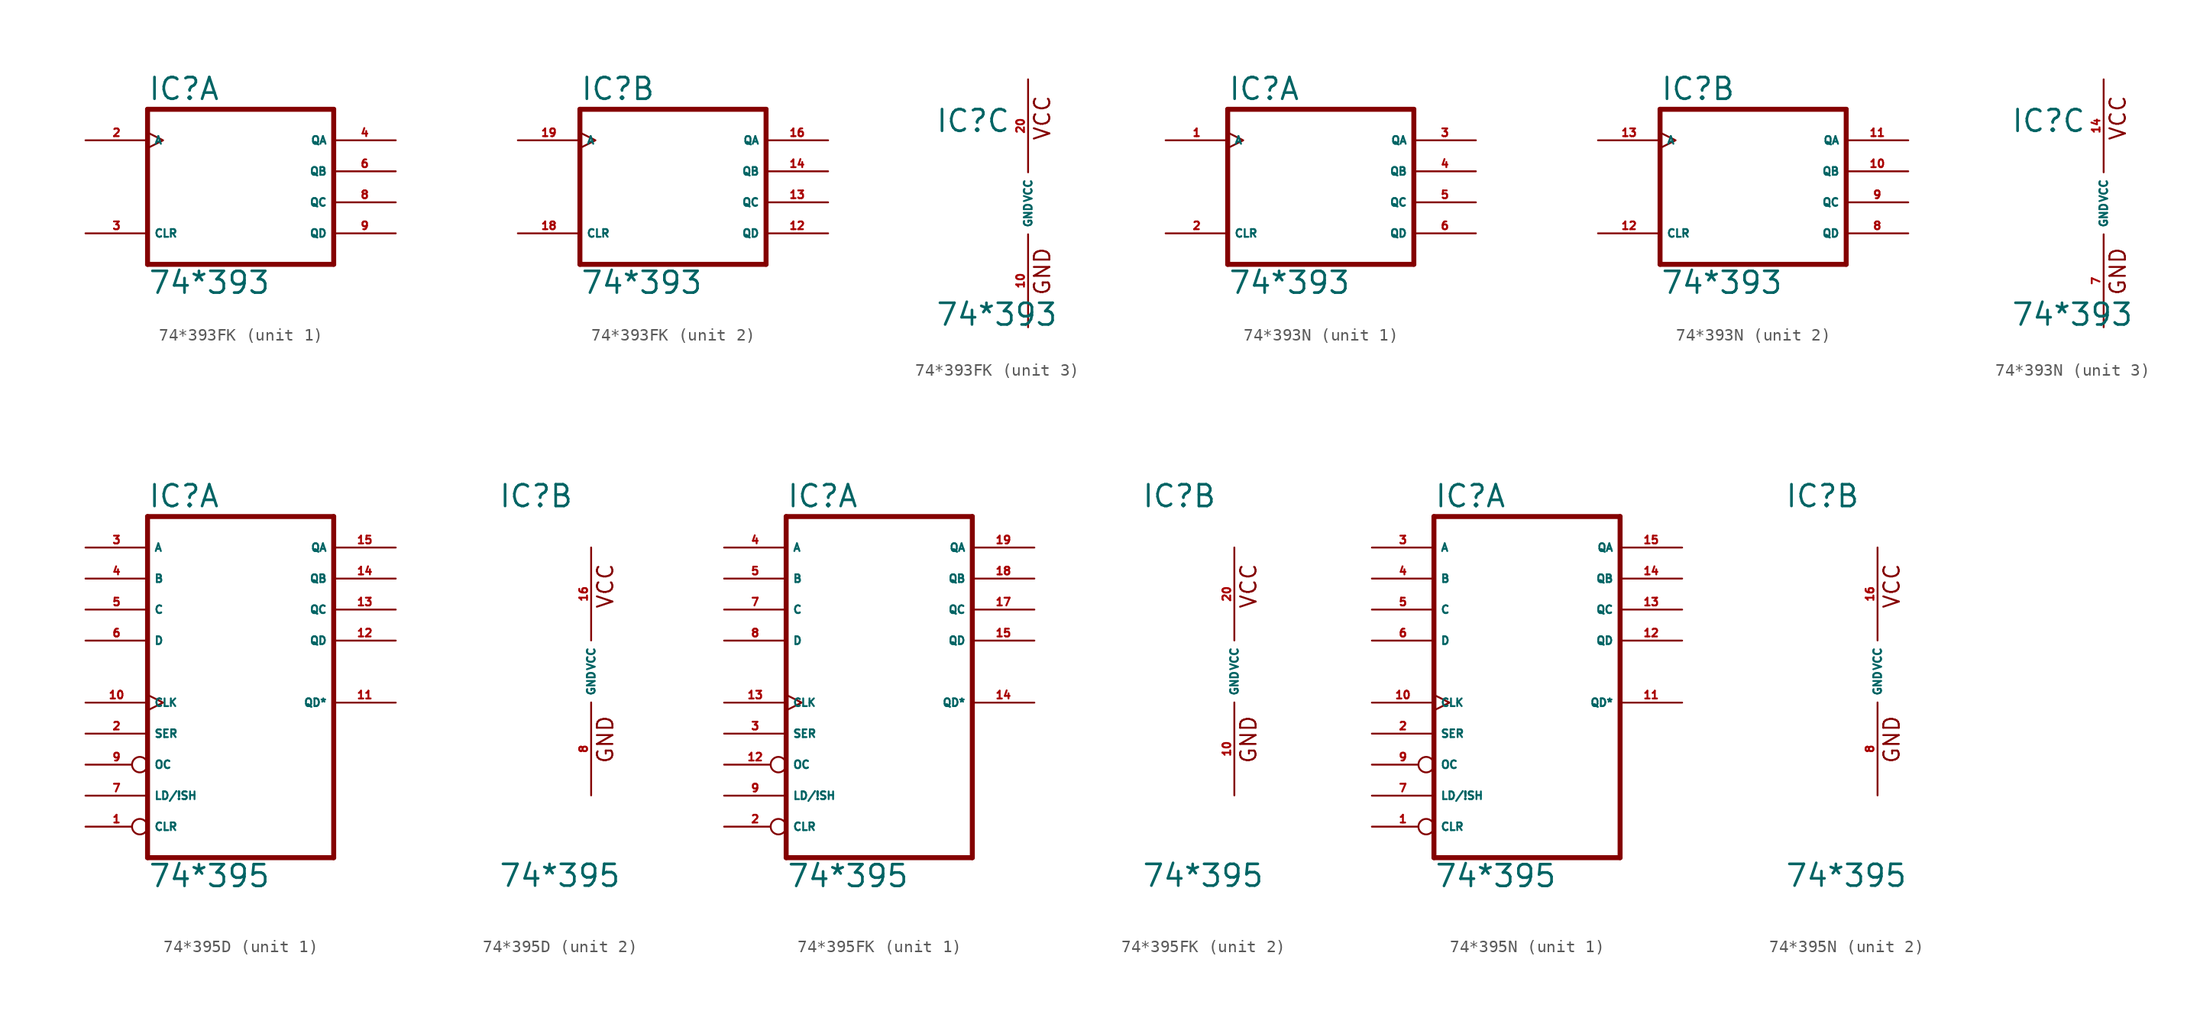
<source format=kicad_sym>
(kicad_symbol_lib
  (version 20220914)
  (generator Eagle2Kicad)
  (symbol "74*393FK"
    (property "Reference" "IC"
      (at -7.62 5.715 0)
      (effects (font (size 1.778 1.778) (thickness 0.22)) (justify left bottom)))
    (property "Value" "74*393"
      (at -7.62 -10.16 0)
      (effects (font (size 1.778 1.778) (thickness 0.22)) (justify left bottom)))
    (symbol "74*393FK_1_0"
      (polyline (pts (xy -7.62 -7.62) (xy 7.62 -7.62)) (stroke (width 0.406) (type default)) (fill (type none)))
      (polyline (pts (xy 7.62 -7.62) (xy 7.62 5.08)) (stroke (width 0.406) (type default)) (fill (type none)))
      (polyline (pts (xy 7.62 5.08) (xy -7.62 5.08)) (stroke (width 0.406) (type default)) (fill (type none)))
      (polyline (pts (xy -7.62 5.08) (xy -7.62 -7.62)) (stroke (width 0.406) (type default)) (fill (type none)))
      (pin input clock (at -12.7 2.54 0) (length 5.08) (name "A" (effects (font (size 0.635 0.635) (thickness 0.08)) (justify left bottom))) (number "2" (effects (font (size 0.635 0.635) (thickness 0.08)) (justify left bottom))))
      (pin input line (at -12.7 -5.08 0) (length 5.08) (name "CLR" (effects (font (size 0.635 0.635) (thickness 0.08)) (justify left bottom))) (number "3" (effects (font (size 0.635 0.635) (thickness 0.08)) (justify left bottom))))
      (pin output line (at 12.7 2.54 180) (length 5.08) (name "QA" (effects (font (size 0.635 0.635) (thickness 0.08)) (justify left bottom))) (number "4" (effects (font (size 0.635 0.635) (thickness 0.08)) (justify left bottom))))
      (pin output line (at 12.7 0 180) (length 5.08) (name "QB" (effects (font (size 0.635 0.635) (thickness 0.08)) (justify left bottom))) (number "6" (effects (font (size 0.635 0.635) (thickness 0.08)) (justify left bottom))))
      (pin output line (at 12.7 -2.54 180) (length 5.08) (name "QC" (effects (font (size 0.635 0.635) (thickness 0.08)) (justify left bottom))) (number "8" (effects (font (size 0.635 0.635) (thickness 0.08)) (justify left bottom))))
      (pin output line (at 12.7 -5.08 180) (length 5.08) (name "QD" (effects (font (size 0.635 0.635) (thickness 0.08)) (justify left bottom))) (number "9" (effects (font (size 0.635 0.635) (thickness 0.08)) (justify left bottom)))))
    (symbol "74*393FK_2_0"
      (polyline (pts (xy -7.62 -7.62) (xy 7.62 -7.62)) (stroke (width 0.406) (type default)) (fill (type none)))
      (polyline (pts (xy 7.62 -7.62) (xy 7.62 5.08)) (stroke (width 0.406) (type default)) (fill (type none)))
      (polyline (pts (xy 7.62 5.08) (xy -7.62 5.08)) (stroke (width 0.406) (type default)) (fill (type none)))
      (polyline (pts (xy -7.62 5.08) (xy -7.62 -7.62)) (stroke (width 0.406) (type default)) (fill (type none)))
      (pin input clock (at -12.7 2.54 0) (length 5.08) (name "A" (effects (font (size 0.635 0.635) (thickness 0.08)) (justify left bottom))) (number "19" (effects (font (size 0.635 0.635) (thickness 0.08)) (justify left bottom))))
      (pin input line (at -12.7 -5.08 0) (length 5.08) (name "CLR" (effects (font (size 0.635 0.635) (thickness 0.08)) (justify left bottom))) (number "18" (effects (font (size 0.635 0.635) (thickness 0.08)) (justify left bottom))))
      (pin output line (at 12.7 2.54 180) (length 5.08) (name "QA" (effects (font (size 0.635 0.635) (thickness 0.08)) (justify left bottom))) (number "16" (effects (font (size 0.635 0.635) (thickness 0.08)) (justify left bottom))))
      (pin output line (at 12.7 0 180) (length 5.08) (name "QB" (effects (font (size 0.635 0.635) (thickness 0.08)) (justify left bottom))) (number "14" (effects (font (size 0.635 0.635) (thickness 0.08)) (justify left bottom))))
      (pin output line (at 12.7 -2.54 180) (length 5.08) (name "QC" (effects (font (size 0.635 0.635) (thickness 0.08)) (justify left bottom))) (number "13" (effects (font (size 0.635 0.635) (thickness 0.08)) (justify left bottom))))
      (pin output line (at 12.7 -5.08 180) (length 5.08) (name "QD" (effects (font (size 0.635 0.635) (thickness 0.08)) (justify left bottom))) (number "12" (effects (font (size 0.635 0.635) (thickness 0.08)) (justify left bottom)))))
    (symbol "74*393FK_3_0"
      (text "GND" (at 1.905 -7.62 900) (effects (font (size 1.27 1.27) (thickness 0.16)) (justify left bottom)))
      (text "VCC" (at 1.905 5.08 900) (effects (font (size 1.27 1.27) (thickness 0.16)) (justify left bottom)))
      (pin unspecified line (at 0 -10.16 90) (length 7.62) (name "GND" (effects (font (size 0.635 0.635) (thickness 0.08)) (justify left bottom))) (number "10" (effects (font (size 0.635 0.635) (thickness 0.08)) (justify left bottom))))
      (pin unspecified line (at 0 10.16 270) (length 7.62) (name "VCC" (effects (font (size 0.635 0.635) (thickness 0.08)) (justify left bottom))) (number "20" (effects (font (size 0.635 0.635) (thickness 0.08)) (justify left bottom))))))
  (symbol "74*393N"
    (property "Reference" "IC"
      (at -7.62 5.715 0)
      (effects (font (size 1.778 1.778) (thickness 0.22)) (justify left bottom)))
    (property "Value" "74*393"
      (at -7.62 -10.16 0)
      (effects (font (size 1.778 1.778) (thickness 0.22)) (justify left bottom)))
    (symbol "74*393N_1_0"
      (polyline (pts (xy -7.62 -7.62) (xy 7.62 -7.62)) (stroke (width 0.406) (type default)) (fill (type none)))
      (polyline (pts (xy 7.62 -7.62) (xy 7.62 5.08)) (stroke (width 0.406) (type default)) (fill (type none)))
      (polyline (pts (xy 7.62 5.08) (xy -7.62 5.08)) (stroke (width 0.406) (type default)) (fill (type none)))
      (polyline (pts (xy -7.62 5.08) (xy -7.62 -7.62)) (stroke (width 0.406) (type default)) (fill (type none)))
      (pin input clock (at -12.7 2.54 0) (length 5.08) (name "A" (effects (font (size 0.635 0.635) (thickness 0.08)) (justify left bottom))) (number "1" (effects (font (size 0.635 0.635) (thickness 0.08)) (justify left bottom))))
      (pin input line (at -12.7 -5.08 0) (length 5.08) (name "CLR" (effects (font (size 0.635 0.635) (thickness 0.08)) (justify left bottom))) (number "2" (effects (font (size 0.635 0.635) (thickness 0.08)) (justify left bottom))))
      (pin output line (at 12.7 2.54 180) (length 5.08) (name "QA" (effects (font (size 0.635 0.635) (thickness 0.08)) (justify left bottom))) (number "3" (effects (font (size 0.635 0.635) (thickness 0.08)) (justify left bottom))))
      (pin output line (at 12.7 0 180) (length 5.08) (name "QB" (effects (font (size 0.635 0.635) (thickness 0.08)) (justify left bottom))) (number "4" (effects (font (size 0.635 0.635) (thickness 0.08)) (justify left bottom))))
      (pin output line (at 12.7 -2.54 180) (length 5.08) (name "QC" (effects (font (size 0.635 0.635) (thickness 0.08)) (justify left bottom))) (number "5" (effects (font (size 0.635 0.635) (thickness 0.08)) (justify left bottom))))
      (pin output line (at 12.7 -5.08 180) (length 5.08) (name "QD" (effects (font (size 0.635 0.635) (thickness 0.08)) (justify left bottom))) (number "6" (effects (font (size 0.635 0.635) (thickness 0.08)) (justify left bottom)))))
    (symbol "74*393N_2_0"
      (polyline (pts (xy -7.62 -7.62) (xy 7.62 -7.62)) (stroke (width 0.406) (type default)) (fill (type none)))
      (polyline (pts (xy 7.62 -7.62) (xy 7.62 5.08)) (stroke (width 0.406) (type default)) (fill (type none)))
      (polyline (pts (xy 7.62 5.08) (xy -7.62 5.08)) (stroke (width 0.406) (type default)) (fill (type none)))
      (polyline (pts (xy -7.62 5.08) (xy -7.62 -7.62)) (stroke (width 0.406) (type default)) (fill (type none)))
      (pin input clock (at -12.7 2.54 0) (length 5.08) (name "A" (effects (font (size 0.635 0.635) (thickness 0.08)) (justify left bottom))) (number "13" (effects (font (size 0.635 0.635) (thickness 0.08)) (justify left bottom))))
      (pin input line (at -12.7 -5.08 0) (length 5.08) (name "CLR" (effects (font (size 0.635 0.635) (thickness 0.08)) (justify left bottom))) (number "12" (effects (font (size 0.635 0.635) (thickness 0.08)) (justify left bottom))))
      (pin output line (at 12.7 2.54 180) (length 5.08) (name "QA" (effects (font (size 0.635 0.635) (thickness 0.08)) (justify left bottom))) (number "11" (effects (font (size 0.635 0.635) (thickness 0.08)) (justify left bottom))))
      (pin output line (at 12.7 0 180) (length 5.08) (name "QB" (effects (font (size 0.635 0.635) (thickness 0.08)) (justify left bottom))) (number "10" (effects (font (size 0.635 0.635) (thickness 0.08)) (justify left bottom))))
      (pin output line (at 12.7 -2.54 180) (length 5.08) (name "QC" (effects (font (size 0.635 0.635) (thickness 0.08)) (justify left bottom))) (number "9" (effects (font (size 0.635 0.635) (thickness 0.08)) (justify left bottom))))
      (pin output line (at 12.7 -5.08 180) (length 5.08) (name "QD" (effects (font (size 0.635 0.635) (thickness 0.08)) (justify left bottom))) (number "8" (effects (font (size 0.635 0.635) (thickness 0.08)) (justify left bottom)))))
    (symbol "74*393N_3_0"
      (text "GND" (at 1.905 -7.62 900) (effects (font (size 1.27 1.27) (thickness 0.16)) (justify left bottom)))
      (text "VCC" (at 1.905 5.08 900) (effects (font (size 1.27 1.27) (thickness 0.16)) (justify left bottom)))
      (pin unspecified line (at 0 -10.16 90) (length 7.62) (name "GND" (effects (font (size 0.635 0.635) (thickness 0.08)) (justify left bottom))) (number "7" (effects (font (size 0.635 0.635) (thickness 0.08)) (justify left bottom))))
      (pin unspecified line (at 0 10.16 270) (length 7.62) (name "VCC" (effects (font (size 0.635 0.635) (thickness 0.08)) (justify left bottom))) (number "14" (effects (font (size 0.635 0.635) (thickness 0.08)) (justify left bottom))))))
  (symbol "74*395D"
    (property "Reference" "IC"
      (at -7.62 13.335 0)
      (effects (font (size 1.778 1.778) (thickness 0.22)) (justify left bottom)))
    (property "Value" "74*395"
      (at -7.62 -17.78 0)
      (effects (font (size 1.778 1.778) (thickness 0.22)) (justify left bottom)))
    (symbol "74*395D_1_0"
      (polyline (pts (xy -7.62 -15.24) (xy 7.62 -15.24)) (stroke (width 0.406) (type default)) (fill (type none)))
      (polyline (pts (xy 7.62 -15.24) (xy 7.62 12.7)) (stroke (width 0.406) (type default)) (fill (type none)))
      (polyline (pts (xy 7.62 12.7) (xy -7.62 12.7)) (stroke (width 0.406) (type default)) (fill (type none)))
      (polyline (pts (xy -7.62 12.7) (xy -7.62 -15.24)) (stroke (width 0.406) (type default)) (fill (type none)))
      (pin input inverted (at -12.7 -12.7 0) (length 5.08) (name "CLR" (effects (font (size 0.635 0.635) (thickness 0.08)) (justify left bottom))) (number "1" (effects (font (size 0.635 0.635) (thickness 0.08)) (justify left bottom))))
      (pin input line (at -12.7 -5.08 0) (length 5.08) (name "SER" (effects (font (size 0.635 0.635) (thickness 0.08)) (justify left bottom))) (number "2" (effects (font (size 0.635 0.635) (thickness 0.08)) (justify left bottom))))
      (pin input line (at -12.7 10.16 0) (length 5.08) (name "A" (effects (font (size 0.635 0.635) (thickness 0.08)) (justify left bottom))) (number "3" (effects (font (size 0.635 0.635) (thickness 0.08)) (justify left bottom))))
      (pin input line (at -12.7 7.62 0) (length 5.08) (name "B" (effects (font (size 0.635 0.635) (thickness 0.08)) (justify left bottom))) (number "4" (effects (font (size 0.635 0.635) (thickness 0.08)) (justify left bottom))))
      (pin input line (at -12.7 5.08 0) (length 5.08) (name "C" (effects (font (size 0.635 0.635) (thickness 0.08)) (justify left bottom))) (number "5" (effects (font (size 0.635 0.635) (thickness 0.08)) (justify left bottom))))
      (pin input line (at -12.7 2.54 0) (length 5.08) (name "D" (effects (font (size 0.635 0.635) (thickness 0.08)) (justify left bottom))) (number "6" (effects (font (size 0.635 0.635) (thickness 0.08)) (justify left bottom))))
      (pin input line (at -12.7 -10.16 0) (length 5.08) (name "LD/!SH" (effects (font (size 0.635 0.635) (thickness 0.08)) (justify left bottom))) (number "7" (effects (font (size 0.635 0.635) (thickness 0.08)) (justify left bottom))))
      (pin input inverted (at -12.7 -7.62 0) (length 5.08) (name "OC" (effects (font (size 0.635 0.635) (thickness 0.08)) (justify left bottom))) (number "9" (effects (font (size 0.635 0.635) (thickness 0.08)) (justify left bottom))))
      (pin input clock (at -12.7 -2.54 0) (length 5.08) (name "CLK" (effects (font (size 0.635 0.635) (thickness 0.08)) (justify left bottom))) (number "10" (effects (font (size 0.635 0.635) (thickness 0.08)) (justify left bottom))))
      (pin tri_state line (at 12.7 -2.54 180) (length 5.08) (name "QD*" (effects (font (size 0.635 0.635) (thickness 0.08)) (justify left bottom))) (number "11" (effects (font (size 0.635 0.635) (thickness 0.08)) (justify left bottom))))
      (pin tri_state line (at 12.7 2.54 180) (length 5.08) (name "QD" (effects (font (size 0.635 0.635) (thickness 0.08)) (justify left bottom))) (number "12" (effects (font (size 0.635 0.635) (thickness 0.08)) (justify left bottom))))
      (pin tri_state line (at 12.7 5.08 180) (length 5.08) (name "QC" (effects (font (size 0.635 0.635) (thickness 0.08)) (justify left bottom))) (number "13" (effects (font (size 0.635 0.635) (thickness 0.08)) (justify left bottom))))
      (pin tri_state line (at 12.7 7.62 180) (length 5.08) (name "QB" (effects (font (size 0.635 0.635) (thickness 0.08)) (justify left bottom))) (number "14" (effects (font (size 0.635 0.635) (thickness 0.08)) (justify left bottom))))
      (pin tri_state line (at 12.7 10.16 180) (length 5.08) (name "QA" (effects (font (size 0.635 0.635) (thickness 0.08)) (justify left bottom))) (number "15" (effects (font (size 0.635 0.635) (thickness 0.08)) (justify left bottom)))))
    (symbol "74*395D_2_0"
      (text "GND" (at 1.905 -7.62 900) (effects (font (size 1.27 1.27) (thickness 0.16)) (justify left bottom)))
      (text "VCC" (at 1.905 5.08 900) (effects (font (size 1.27 1.27) (thickness 0.16)) (justify left bottom)))
      (pin unspecified line (at 0 -10.16 90) (length 7.62) (name "GND" (effects (font (size 0.635 0.635) (thickness 0.08)) (justify left bottom))) (number "8" (effects (font (size 0.635 0.635) (thickness 0.08)) (justify left bottom))))
      (pin unspecified line (at 0 10.16 270) (length 7.62) (name "VCC" (effects (font (size 0.635 0.635) (thickness 0.08)) (justify left bottom))) (number "16" (effects (font (size 0.635 0.635) (thickness 0.08)) (justify left bottom))))))
  (symbol "74*395FK"
    (property "Reference" "IC"
      (at -7.62 13.335 0)
      (effects (font (size 1.778 1.778) (thickness 0.22)) (justify left bottom)))
    (property "Value" "74*395"
      (at -7.62 -17.78 0)
      (effects (font (size 1.778 1.778) (thickness 0.22)) (justify left bottom)))
    (symbol "74*395FK_1_0"
      (polyline (pts (xy -7.62 -15.24) (xy 7.62 -15.24)) (stroke (width 0.406) (type default)) (fill (type none)))
      (polyline (pts (xy 7.62 -15.24) (xy 7.62 12.7)) (stroke (width 0.406) (type default)) (fill (type none)))
      (polyline (pts (xy 7.62 12.7) (xy -7.62 12.7)) (stroke (width 0.406) (type default)) (fill (type none)))
      (polyline (pts (xy -7.62 12.7) (xy -7.62 -15.24)) (stroke (width 0.406) (type default)) (fill (type none)))
      (pin input inverted (at -12.7 -12.7 0) (length 5.08) (name "CLR" (effects (font (size 0.635 0.635) (thickness 0.08)) (justify left bottom))) (number "2" (effects (font (size 0.635 0.635) (thickness 0.08)) (justify left bottom))))
      (pin input line (at -12.7 -5.08 0) (length 5.08) (name "SER" (effects (font (size 0.635 0.635) (thickness 0.08)) (justify left bottom))) (number "3" (effects (font (size 0.635 0.635) (thickness 0.08)) (justify left bottom))))
      (pin input line (at -12.7 10.16 0) (length 5.08) (name "A" (effects (font (size 0.635 0.635) (thickness 0.08)) (justify left bottom))) (number "4" (effects (font (size 0.635 0.635) (thickness 0.08)) (justify left bottom))))
      (pin input line (at -12.7 7.62 0) (length 5.08) (name "B" (effects (font (size 0.635 0.635) (thickness 0.08)) (justify left bottom))) (number "5" (effects (font (size 0.635 0.635) (thickness 0.08)) (justify left bottom))))
      (pin input line (at -12.7 5.08 0) (length 5.08) (name "C" (effects (font (size 0.635 0.635) (thickness 0.08)) (justify left bottom))) (number "7" (effects (font (size 0.635 0.635) (thickness 0.08)) (justify left bottom))))
      (pin input line (at -12.7 2.54 0) (length 5.08) (name "D" (effects (font (size 0.635 0.635) (thickness 0.08)) (justify left bottom))) (number "8" (effects (font (size 0.635 0.635) (thickness 0.08)) (justify left bottom))))
      (pin input line (at -12.7 -10.16 0) (length 5.08) (name "LD/!SH" (effects (font (size 0.635 0.635) (thickness 0.08)) (justify left bottom))) (number "9" (effects (font (size 0.635 0.635) (thickness 0.08)) (justify left bottom))))
      (pin input inverted (at -12.7 -7.62 0) (length 5.08) (name "OC" (effects (font (size 0.635 0.635) (thickness 0.08)) (justify left bottom))) (number "12" (effects (font (size 0.635 0.635) (thickness 0.08)) (justify left bottom))))
      (pin input clock (at -12.7 -2.54 0) (length 5.08) (name "CLK" (effects (font (size 0.635 0.635) (thickness 0.08)) (justify left bottom))) (number "13" (effects (font (size 0.635 0.635) (thickness 0.08)) (justify left bottom))))
      (pin tri_state line (at 12.7 -2.54 180) (length 5.08) (name "QD*" (effects (font (size 0.635 0.635) (thickness 0.08)) (justify left bottom))) (number "14" (effects (font (size 0.635 0.635) (thickness 0.08)) (justify left bottom))))
      (pin tri_state line (at 12.7 2.54 180) (length 5.08) (name "QD" (effects (font (size 0.635 0.635) (thickness 0.08)) (justify left bottom))) (number "15" (effects (font (size 0.635 0.635) (thickness 0.08)) (justify left bottom))))
      (pin tri_state line (at 12.7 5.08 180) (length 5.08) (name "QC" (effects (font (size 0.635 0.635) (thickness 0.08)) (justify left bottom))) (number "17" (effects (font (size 0.635 0.635) (thickness 0.08)) (justify left bottom))))
      (pin tri_state line (at 12.7 7.62 180) (length 5.08) (name "QB" (effects (font (size 0.635 0.635) (thickness 0.08)) (justify left bottom))) (number "18" (effects (font (size 0.635 0.635) (thickness 0.08)) (justify left bottom))))
      (pin tri_state line (at 12.7 10.16 180) (length 5.08) (name "QA" (effects (font (size 0.635 0.635) (thickness 0.08)) (justify left bottom))) (number "19" (effects (font (size 0.635 0.635) (thickness 0.08)) (justify left bottom)))))
    (symbol "74*395FK_2_0"
      (text "GND" (at 1.905 -7.62 900) (effects (font (size 1.27 1.27) (thickness 0.16)) (justify left bottom)))
      (text "VCC" (at 1.905 5.08 900) (effects (font (size 1.27 1.27) (thickness 0.16)) (justify left bottom)))
      (pin unspecified line (at 0 -10.16 90) (length 7.62) (name "GND" (effects (font (size 0.635 0.635) (thickness 0.08)) (justify left bottom))) (number "10" (effects (font (size 0.635 0.635) (thickness 0.08)) (justify left bottom))))
      (pin unspecified line (at 0 10.16 270) (length 7.62) (name "VCC" (effects (font (size 0.635 0.635) (thickness 0.08)) (justify left bottom))) (number "20" (effects (font (size 0.635 0.635) (thickness 0.08)) (justify left bottom))))))
  (symbol "74*395N"
    (property "Reference" "IC"
      (at -7.62 13.335 0)
      (effects (font (size 1.778 1.778) (thickness 0.22)) (justify left bottom)))
    (property "Value" "74*395"
      (at -7.62 -17.78 0)
      (effects (font (size 1.778 1.778) (thickness 0.22)) (justify left bottom)))
    (symbol "74*395N_1_0"
      (polyline (pts (xy -7.62 -15.24) (xy 7.62 -15.24)) (stroke (width 0.406) (type default)) (fill (type none)))
      (polyline (pts (xy 7.62 -15.24) (xy 7.62 12.7)) (stroke (width 0.406) (type default)) (fill (type none)))
      (polyline (pts (xy 7.62 12.7) (xy -7.62 12.7)) (stroke (width 0.406) (type default)) (fill (type none)))
      (polyline (pts (xy -7.62 12.7) (xy -7.62 -15.24)) (stroke (width 0.406) (type default)) (fill (type none)))
      (pin input inverted (at -12.7 -12.7 0) (length 5.08) (name "CLR" (effects (font (size 0.635 0.635) (thickness 0.08)) (justify left bottom))) (number "1" (effects (font (size 0.635 0.635) (thickness 0.08)) (justify left bottom))))
      (pin input line (at -12.7 -5.08 0) (length 5.08) (name "SER" (effects (font (size 0.635 0.635) (thickness 0.08)) (justify left bottom))) (number "2" (effects (font (size 0.635 0.635) (thickness 0.08)) (justify left bottom))))
      (pin input line (at -12.7 10.16 0) (length 5.08) (name "A" (effects (font (size 0.635 0.635) (thickness 0.08)) (justify left bottom))) (number "3" (effects (font (size 0.635 0.635) (thickness 0.08)) (justify left bottom))))
      (pin input line (at -12.7 7.62 0) (length 5.08) (name "B" (effects (font (size 0.635 0.635) (thickness 0.08)) (justify left bottom))) (number "4" (effects (font (size 0.635 0.635) (thickness 0.08)) (justify left bottom))))
      (pin input line (at -12.7 5.08 0) (length 5.08) (name "C" (effects (font (size 0.635 0.635) (thickness 0.08)) (justify left bottom))) (number "5" (effects (font (size 0.635 0.635) (thickness 0.08)) (justify left bottom))))
      (pin input line (at -12.7 2.54 0) (length 5.08) (name "D" (effects (font (size 0.635 0.635) (thickness 0.08)) (justify left bottom))) (number "6" (effects (font (size 0.635 0.635) (thickness 0.08)) (justify left bottom))))
      (pin input line (at -12.7 -10.16 0) (length 5.08) (name "LD/!SH" (effects (font (size 0.635 0.635) (thickness 0.08)) (justify left bottom))) (number "7" (effects (font (size 0.635 0.635) (thickness 0.08)) (justify left bottom))))
      (pin input inverted (at -12.7 -7.62 0) (length 5.08) (name "OC" (effects (font (size 0.635 0.635) (thickness 0.08)) (justify left bottom))) (number "9" (effects (font (size 0.635 0.635) (thickness 0.08)) (justify left bottom))))
      (pin input clock (at -12.7 -2.54 0) (length 5.08) (name "CLK" (effects (font (size 0.635 0.635) (thickness 0.08)) (justify left bottom))) (number "10" (effects (font (size 0.635 0.635) (thickness 0.08)) (justify left bottom))))
      (pin tri_state line (at 12.7 -2.54 180) (length 5.08) (name "QD*" (effects (font (size 0.635 0.635) (thickness 0.08)) (justify left bottom))) (number "11" (effects (font (size 0.635 0.635) (thickness 0.08)) (justify left bottom))))
      (pin tri_state line (at 12.7 2.54 180) (length 5.08) (name "QD" (effects (font (size 0.635 0.635) (thickness 0.08)) (justify left bottom))) (number "12" (effects (font (size 0.635 0.635) (thickness 0.08)) (justify left bottom))))
      (pin tri_state line (at 12.7 5.08 180) (length 5.08) (name "QC" (effects (font (size 0.635 0.635) (thickness 0.08)) (justify left bottom))) (number "13" (effects (font (size 0.635 0.635) (thickness 0.08)) (justify left bottom))))
      (pin tri_state line (at 12.7 7.62 180) (length 5.08) (name "QB" (effects (font (size 0.635 0.635) (thickness 0.08)) (justify left bottom))) (number "14" (effects (font (size 0.635 0.635) (thickness 0.08)) (justify left bottom))))
      (pin tri_state line (at 12.7 10.16 180) (length 5.08) (name "QA" (effects (font (size 0.635 0.635) (thickness 0.08)) (justify left bottom))) (number "15" (effects (font (size 0.635 0.635) (thickness 0.08)) (justify left bottom)))))
    (symbol "74*395N_2_0"
      (text "GND" (at 1.905 -7.62 900) (effects (font (size 1.27 1.27) (thickness 0.16)) (justify left bottom)))
      (text "VCC" (at 1.905 5.08 900) (effects (font (size 1.27 1.27) (thickness 0.16)) (justify left bottom)))
      (pin unspecified line (at 0 -10.16 90) (length 7.62) (name "GND" (effects (font (size 0.635 0.635) (thickness 0.08)) (justify left bottom))) (number "8" (effects (font (size 0.635 0.635) (thickness 0.08)) (justify left bottom))))
      (pin unspecified line (at 0 10.16 270) (length 7.62) (name "VCC" (effects (font (size 0.635 0.635) (thickness 0.08)) (justify left bottom))) (number "16" (effects (font (size 0.635 0.635) (thickness 0.08)) (justify left bottom)))))))
</source>
